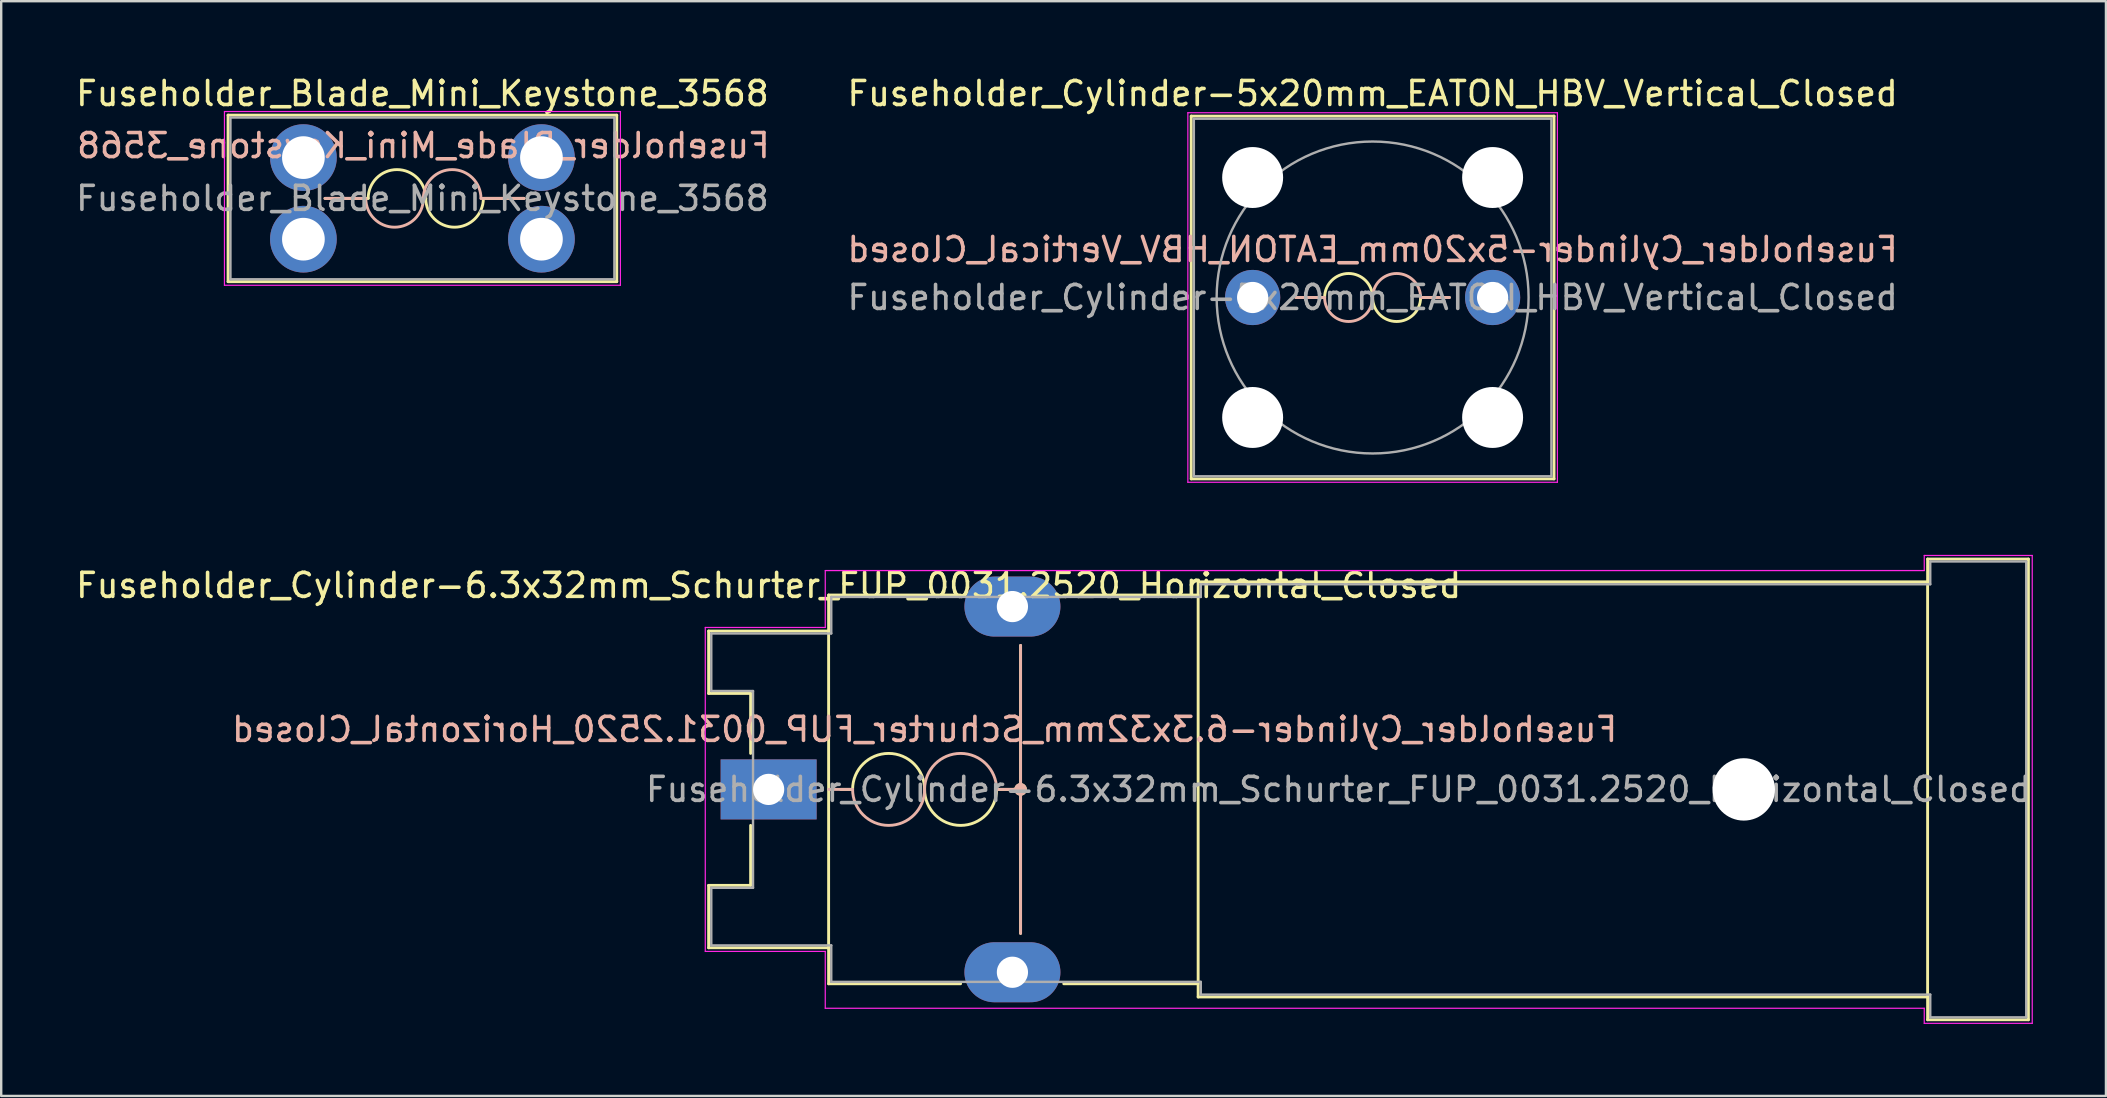
<source format=kicad_pcb>
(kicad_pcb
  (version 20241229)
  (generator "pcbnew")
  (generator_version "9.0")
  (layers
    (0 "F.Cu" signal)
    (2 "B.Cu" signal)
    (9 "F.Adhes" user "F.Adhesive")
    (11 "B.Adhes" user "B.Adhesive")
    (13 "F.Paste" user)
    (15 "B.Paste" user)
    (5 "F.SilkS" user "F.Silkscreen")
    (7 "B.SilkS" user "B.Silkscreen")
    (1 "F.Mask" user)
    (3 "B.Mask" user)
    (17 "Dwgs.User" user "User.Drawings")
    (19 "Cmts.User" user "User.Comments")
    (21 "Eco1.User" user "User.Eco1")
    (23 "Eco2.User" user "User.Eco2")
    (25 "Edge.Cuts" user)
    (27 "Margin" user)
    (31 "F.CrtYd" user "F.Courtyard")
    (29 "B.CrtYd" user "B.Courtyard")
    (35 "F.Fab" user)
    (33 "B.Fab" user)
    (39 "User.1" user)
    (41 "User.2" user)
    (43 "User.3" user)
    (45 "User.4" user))
  (footprint "Fuseholder_Cylinder-5x20mm_EATON_HBV_Vertical_Closed"
    (layer "F.Cu")
    (at 49.153 9.348)
    (property "Reference" "Fuseholder_Cylinder-5x20mm_EATON_HBV_Vertical_Closed" (at 5 -8.5 0) (layer "F.SilkS") (effects (font (size 1 1) (thickness 0.15))))
    (fp_line (start -2.56 -7.56) (end 12.56 -7.56) (stroke (width 0.12) (type solid)) (layer "F.SilkS"))
    (fp_line (start -2.56 7.56) (end -2.56 -7.56) (stroke (width 0.12) (type solid)) (layer "F.SilkS"))
    (fp_line (start 3 0) (end 1.8 0) (stroke (width 0.12) (type solid)) (layer "F.SilkS"))
    (fp_line (start 8.2 0) (end 7 0) (stroke (width 0.12) (type solid)) (layer "F.SilkS"))
    (fp_line (start 12.56 -7.56) (end 12.56 7.56) (stroke (width 0.12) (type solid)) (layer "F.SilkS"))
    (fp_line (start 12.56 7.56) (end -2.56 7.56) (stroke (width 0.12) (type solid)) (layer "F.SilkS"))
    (fp_arc (start 3 0) (mid 4 -1) (end 5 0) (stroke (width 0.12) (type solid)) (layer "F.SilkS"))
    (fp_arc (start 7 0) (mid 6 1) (end 5 0) (stroke (width 0.12) (type solid)) (layer "F.SilkS"))
    (fp_line (start 1.8 0) (end 3 0) (stroke (width 0.12) (type solid)) (layer "B.SilkS"))
    (fp_line (start 7 0) (end 8.2 0) (stroke (width 0.12) (type solid)) (layer "B.SilkS"))
    (fp_arc (start 5 0) (mid 4 1) (end 3 0) (stroke (width 0.12) (type solid)) (layer "B.SilkS"))
    (fp_arc (start 5 0) (mid 6 -1) (end 7 0) (stroke (width 0.12) (type solid)) (layer "B.SilkS"))
    (fp_line (start -2.7 -7.7) (end 12.7 -7.7) (stroke (width 0.05) (type solid)) (layer "F.CrtYd"))
    (fp_line (start -2.7 7.7) (end -2.7 -7.7) (stroke (width 0.05) (type solid)) (layer "F.CrtYd"))
    (fp_line (start 12.7 -7.7) (end 12.7 7.7) (stroke (width 0.05) (type solid)) (layer "F.CrtYd"))
    (fp_line (start 12.7 7.7) (end -2.7 7.7) (stroke (width 0.05) (type solid)) (layer "F.CrtYd"))
    (fp_line (start -2.45 -7.45) (end 12.45 -7.45) (stroke (width 0.1) (type solid)) (layer "F.Fab"))
    (fp_line (start -2.45 7.45) (end -2.45 -7.45) (stroke (width 0.1) (type solid)) (layer "F.Fab"))
    (fp_line (start 12.45 -7.45) (end 12.45 7.45) (stroke (width 0.1) (type solid)) (layer "F.Fab"))
    (fp_line (start 12.45 7.45) (end -2.45 7.45) (stroke (width 0.1) (type solid)) (layer "F.Fab"))
    (fp_circle (center 5 0) (end 11.5 0) (stroke (width 0.1) (type solid)) (fill no) (layer "F.Fab"))
    (fp_text user "${REFERENCE}" (at 5 -2 0) (layer "B.SilkS") (effects (font (size 1 1) (thickness 0.15)) (justify mirror)))
    (fp_text user "${REFERENCE}" (at 5 0 0) (layer "F.Fab") (effects (font (size 1 1) (thickness 0.15))))
    (pad "" np_thru_hole circle (at 0 -5) (size 2.54 2.54) (drill 2.54) (layers "*.Cu" "*.Mask"))
    (pad "" np_thru_hole circle (at 0 5) (size 2.54 2.54) (drill 2.54) (layers "*.Cu" "*.Mask"))
    (pad "" np_thru_hole circle (at 10 -5) (size 2.54 2.54) (drill 2.54) (layers "*.Cu" "*.Mask"))
    (pad "" np_thru_hole circle (at 10 5) (size 2.54 2.54) (drill 2.54) (layers "*.Cu" "*.Mask"))
    (pad "1" thru_hole circle (at 0 0) (size 2.3 2.3) (drill 1.3) (layers "*.Cu" "*.Mask"))
    (pad "2" thru_hole circle (at 10 0) (size 2.3 2.3) (drill 1.3) (layers "*.Cu" "*.Mask")))
  (footprint "Fuseholder_Blade_Mini_Keystone_3568"
    (layer "F.Cu")
    (at 9.594 3.518)
    (property "Reference" "Fuseholder_Blade_Mini_Keystone_3568" (at 4.96 -2.67 0) (layer "F.SilkS") (effects (font (size 1 1) (thickness 0.15))))
    (fp_line (start -3.14 -1.77) (end -3.14 5.17) (stroke (width 0.12) (type solid)) (layer "F.SilkS"))
    (fp_line (start -3.14 5.17) (end 13.06 5.17) (stroke (width 0.12) (type solid)) (layer "F.SilkS"))
    (fp_line (start 0.9 1.7) (end 2.7 1.7) (stroke (width 0.12) (type solid)) (layer "F.SilkS"))
    (fp_line (start 9.2 1.7) (end 7.5 1.7) (stroke (width 0.12) (type solid)) (layer "F.SilkS"))
    (fp_line (start 13.06 -1.77) (end -3.14 -1.77) (stroke (width 0.12) (type solid)) (layer "F.SilkS"))
    (fp_line (start 13.06 5.17) (end 13.06 -1.77) (stroke (width 0.12) (type solid)) (layer "F.SilkS"))
    (fp_arc (start 2.7 1.7) (mid 3.9 0.5) (end 5.1 1.7) (stroke (width 0.12) (type solid)) (layer "F.SilkS"))
    (fp_arc (start 7.5 1.7) (mid 6.3 2.9) (end 5.1 1.7) (stroke (width 0.12) (type solid)) (layer "F.SilkS"))
    (fp_line (start 0.9 1.7) (end 2.6 1.7) (stroke (width 0.12) (type solid)) (layer "B.SilkS"))
    (fp_line (start 9.2 1.7) (end 7.4 1.7) (stroke (width 0.12) (type solid)) (layer "B.SilkS"))
    (fp_arc (start 5 1.7) (mid 3.8 2.9) (end 2.6 1.7) (stroke (width 0.12) (type solid)) (layer "B.SilkS"))
    (fp_arc (start 5 1.7) (mid 6.2 0.5) (end 7.4 1.7) (stroke (width 0.12) (type solid)) (layer "B.SilkS"))
    (fp_line (start -3.29 -1.92) (end -3.29 5.32) (stroke (width 0.05) (type solid)) (layer "F.CrtYd"))
    (fp_line (start -3.29 5.32) (end 13.21 5.32) (stroke (width 0.05) (type solid)) (layer "F.CrtYd"))
    (fp_line (start 13.21 -1.92) (end -3.29 -1.92) (stroke (width 0.05) (type solid)) (layer "F.CrtYd"))
    (fp_line (start 13.21 5.32) (end 13.21 -1.92) (stroke (width 0.05) (type solid)) (layer "F.CrtYd"))
    (fp_line (start -3.04 -1.67) (end -3.04 5.07) (stroke (width 0.1) (type solid)) (layer "F.Fab"))
    (fp_line (start -3.04 5.07) (end 12.96 5.07) (stroke (width 0.1) (type solid)) (layer "F.Fab"))
    (fp_line (start 12.96 -1.67) (end -3.04 -1.67) (stroke (width 0.1) (type solid)) (layer "F.Fab"))
    (fp_line (start 12.96 5.07) (end 12.96 -1.67) (stroke (width 0.1) (type solid)) (layer "F.Fab"))
    (fp_text user "${REFERENCE}" (at 5 -0.5 0) (layer "B.SilkS") (effects (font (size 1 1) (thickness 0.15)) (justify mirror)))
    (fp_text user "${REFERENCE}" (at 4.96 1.7 0) (layer "F.Fab") (effects (font (size 1 1) (thickness 0.15))))
    (pad "1" thru_hole circle (at 0 0) (size 2.78 2.78) (drill 1.78) (layers "*.Cu" "*.Mask"))
    (pad "1" thru_hole circle (at 0 3.4) (size 2.78 2.78) (drill 1.78) (layers "*.Cu" "*.Mask"))
    (pad "2" thru_hole circle (at 9.92 0) (size 2.78 2.78) (drill 1.78) (layers "*.Cu" "*.Mask"))
    (pad "2" thru_hole circle (at 9.92 3.4) (size 2.78 2.78) (drill 1.78) (layers "*.Cu" "*.Mask")))
  (footprint "Fuseholder_Cylinder-6.3x32mm_Schurter_FUP_0031.2520_Horizontal_Closed"
    (layer "F.Cu")
    (at 28.982 29.848)
    (property "Reference" "Fuseholder_Cylinder-6.3x32mm_Schurter_FUP_0031.2520_Horizontal_Closed" (at 0 -8.5 0) (layer "F.SilkS") (effects (font (size 1 1) (thickness 0.15))))
    (fp_line (start -2.5 -6.6) (end 2.5 -6.6) (stroke (width 0.12) (type solid)) (layer "F.SilkS"))
    (fp_line (start -2.5 -4) (end -2.5 -6.6) (stroke (width 0.12) (type solid)) (layer "F.SilkS"))
    (fp_line (start -2.5 4) (end -0.75 4) (stroke (width 0.12) (type solid)) (layer "F.SilkS"))
    (fp_line (start -2.5 6.6) (end -2.5 4) (stroke (width 0.12) (type solid)) (layer "F.SilkS"))
    (fp_line (start -2.5 6.6) (end 2.5 6.6) (stroke (width 0.12) (type solid)) (layer "F.SilkS"))
    (fp_line (start -0.75 -4) (end -2.5 -4) (stroke (width 0.12) (type solid)) (layer "F.SilkS"))
    (fp_line (start -0.75 -1.5) (end -0.75 -4) (stroke (width 0.12) (type solid)) (layer "F.SilkS"))
    (fp_line (start -0.75 4) (end -0.75 1.5) (stroke (width 0.12) (type solid)) (layer "F.SilkS"))
    (fp_line (start 2.5 -8.1) (end 8 -8.1) (stroke (width 0.12) (type solid)) (layer "F.SilkS"))
    (fp_line (start 2.5 8.1) (end 2.5 -8.1) (stroke (width 0.12) (type solid)) (layer "F.SilkS"))
    (fp_line (start 2.5 8.1) (end 8 8.1) (stroke (width 0.12) (type solid)) (layer "F.SilkS"))
    (fp_line (start 3.5 0) (end 3 0) (stroke (width 0.12) (type solid)) (layer "F.SilkS"))
    (fp_line (start 9.5 0) (end 10.5 0) (stroke (width 0.12) (type solid)) (layer "F.SilkS"))
    (fp_line (start 10.2 0) (end 10.5 0) (stroke (width 0.12) (type solid)) (layer "F.SilkS"))
    (fp_line (start 10.5 0) (end 10.5 -6) (stroke (width 0.12) (type solid)) (layer "F.SilkS"))
    (fp_line (start 10.5 0) (end 10.5 6) (stroke (width 0.12) (type solid)) (layer "F.SilkS"))
    (fp_line (start 12.3 -8.1) (end 17.9 -8.1) (stroke (width 0.12) (type solid)) (layer "F.SilkS"))
    (fp_line (start 12.3 8.1) (end 17.9 8.1) (stroke (width 0.12) (type solid)) (layer "F.SilkS"))
    (fp_line (start 17.9 -8.65) (end 48.3 -8.65) (stroke (width 0.12) (type solid)) (layer "F.SilkS"))
    (fp_line (start 17.9 8.65) (end 17.9 -8.65) (stroke (width 0.12) (type solid)) (layer "F.SilkS"))
    (fp_line (start 17.9 8.65) (end 48.3 8.65) (stroke (width 0.12) (type solid)) (layer "F.SilkS"))
    (fp_line (start 48.3 -9.6) (end 52.5 -9.6) (stroke (width 0.12) (type solid)) (layer "F.SilkS"))
    (fp_line (start 48.3 9.6) (end 48.3 -9.6) (stroke (width 0.12) (type solid)) (layer "F.SilkS"))
    (fp_line (start 48.3 9.6) (end 52.5 9.6) (stroke (width 0.12) (type solid)) (layer "F.SilkS"))
    (fp_line (start 52.5 -9.6) (end 52.5 9.6) (stroke (width 0.12) (type solid)) (layer "F.SilkS"))
    (fp_arc (start 3.5 0) (mid 5 -1.5) (end 6.5 0) (stroke (width 0.12) (type solid)) (layer "F.SilkS"))
    (fp_arc (start 9.5 0) (mid 8 1.5) (end 6.5 0) (stroke (width 0.12) (type solid)) (layer "F.SilkS"))
    (fp_circle (center 10.5 0) (end 10.6 -0.025) (stroke (width 0.12) (type solid)) (fill no) (layer "F.SilkS"))
    (fp_circle (center 10.5 0) (end 10.675 -0.1) (stroke (width 0.12) (type solid)) (fill no) (layer "F.SilkS"))
    (fp_line (start 3.5 0) (end 2.5 0) (stroke (width 0.12) (type solid)) (layer "B.SilkS"))
    (fp_line (start 9.5 0) (end 10.5 0) (stroke (width 0.12) (type solid)) (layer "B.SilkS"))
    (fp_line (start 10.2 0) (end 10.5 0) (stroke (width 0.12) (type solid)) (layer "B.SilkS"))
    (fp_line (start 10.5 0) (end 10.5 -6) (stroke (width 0.12) (type solid)) (layer "B.SilkS"))
    (fp_line (start 10.5 0) (end 10.5 6) (stroke (width 0.12) (type solid)) (layer "B.SilkS"))
    (fp_arc (start 6.5 0) (mid 5 1.5) (end 3.5 0) (stroke (width 0.12) (type solid)) (layer "B.SilkS"))
    (fp_arc (start 6.5 0) (mid 8 -1.5) (end 9.5 0) (stroke (width 0.12) (type solid)) (layer "B.SilkS"))
    (fp_circle (center 10.5 0) (end 10.6 0.025) (stroke (width 0.12) (type solid)) (fill no) (layer "B.SilkS"))
    (fp_circle (center 10.5 0) (end 10.675 0.1) (stroke (width 0.12) (type solid)) (fill no) (layer "B.SilkS"))
    (fp_line (start -2.64 -6.75) (end 2.36 -6.75) (stroke (width 0.05) (type solid)) (layer "F.CrtYd"))
    (fp_line (start -2.64 6.75) (end -2.64 -6.75) (stroke (width 0.05) (type solid)) (layer "F.CrtYd"))
    (fp_line (start -2.64 6.75) (end 2.36 6.75) (stroke (width 0.05) (type solid)) (layer "F.CrtYd"))
    (fp_line (start 2.36 -9.12) (end 2.36 -6.75) (stroke (width 0.05) (type solid)) (layer "F.CrtYd"))
    (fp_line (start 2.36 -9.12) (end 48.16 -9.12) (stroke (width 0.05) (type solid)) (layer "F.CrtYd"))
    (fp_line (start 2.36 6.75) (end 2.36 9.12) (stroke (width 0.05) (type solid)) (layer "F.CrtYd"))
    (fp_line (start 48.16 -9.75) (end 48.16 -9.12) (stroke (width 0.05) (type solid)) (layer "F.CrtYd"))
    (fp_line (start 48.16 -9.75) (end 52.66 -9.75) (stroke (width 0.05) (type solid)) (layer "F.CrtYd"))
    (fp_line (start 48.16 9.12) (end 2.36 9.12) (stroke (width 0.05) (type solid)) (layer "F.CrtYd"))
    (fp_line (start 48.16 9.12) (end 48.16 9.75) (stroke (width 0.05) (type solid)) (layer "F.CrtYd"))
    (fp_line (start 48.16 9.75) (end 52.66 9.75) (stroke (width 0.05) (type solid)) (layer "F.CrtYd"))
    (fp_line (start 52.66 -9.75) (end 52.66 9.75) (stroke (width 0.05) (type solid)) (layer "F.CrtYd"))
    (fp_line (start -2.39 -4.1) (end -2.39 -6.5) (stroke (width 0.1) (type solid)) (layer "F.Fab"))
    (fp_line (start -2.39 -4.1) (end -0.65 -4.1) (stroke (width 0.1) (type solid)) (layer "F.Fab"))
    (fp_line (start -2.39 4.1) (end -2.39 6.5) (stroke (width 0.1) (type solid)) (layer "F.Fab"))
    (fp_line (start -2.39 6.5) (end 2.61 6.5) (stroke (width 0.1) (type solid)) (layer "F.Fab"))
    (fp_line (start -0.65 -4.1) (end -0.65 4.1) (stroke (width 0.1) (type solid)) (layer "F.Fab"))
    (fp_line (start -0.65 4.1) (end -2.39 4.1) (stroke (width 0.1) (type solid)) (layer "F.Fab"))
    (fp_line (start 2.61 -8.02) (end 2.61 -6.5) (stroke (width 0.1) (type solid)) (layer "F.Fab"))
    (fp_line (start 2.61 -6.5) (end -2.39 -6.5) (stroke (width 0.1) (type solid)) (layer "F.Fab"))
    (fp_line (start 2.61 6.5) (end 2.61 8.02) (stroke (width 0.1) (type solid)) (layer "F.Fab"))
    (fp_line (start 2.61 8.02) (end 18.01 8.02) (stroke (width 0.1) (type solid)) (layer "F.Fab"))
    (fp_line (start 18.01 -8.55) (end 18.01 -8.02) (stroke (width 0.1) (type solid)) (layer "F.Fab"))
    (fp_line (start 18.01 -8.02) (end 2.61 -8.02) (stroke (width 0.1) (type solid)) (layer "F.Fab"))
    (fp_line (start 18.01 8.02) (end 18.01 8.55) (stroke (width 0.1) (type solid)) (layer "F.Fab"))
    (fp_line (start 18.01 8.55) (end 48.41 8.55) (stroke (width 0.1) (type solid)) (layer "F.Fab"))
    (fp_line (start 48.41 -9.5) (end 48.41 -8.55) (stroke (width 0.1) (type solid)) (layer "F.Fab"))
    (fp_line (start 48.41 -8.55) (end 18.01 -8.55) (stroke (width 0.1) (type solid)) (layer "F.Fab"))
    (fp_line (start 48.41 8.55) (end 48.41 9.5) (stroke (width 0.1) (type solid)) (layer "F.Fab"))
    (fp_line (start 48.41 9.5) (end 52.41 9.5) (stroke (width 0.1) (type solid)) (layer "F.Fab"))
    (fp_line (start 52.41 -9.5) (end 48.41 -9.5) (stroke (width 0.1) (type solid)) (layer "F.Fab"))
    (fp_line (start 52.41 -9.5) (end 52.41 9.5) (stroke (width 0.1) (type solid)) (layer "F.Fab"))
    (fp_text user "${REFERENCE}" (at 6.5 -2.5 0) (layer "B.SilkS") (effects (font (size 1 1) (thickness 0.15)) (justify mirror)))
    (fp_text user "${REFERENCE}" (at 23.75 0 0) (layer "F.Fab") (effects (font (size 1 1) (thickness 0.15))))
    (pad "" np_thru_hole circle (at 40.64 0) (size 2.6 2.6) (drill 2.6) (layers "*.Cu" "*.Mask"))
    (pad "1" thru_hole rect (at 0 0) (size 4 2.5) (drill 1.3) (layers "*.Cu" "*.Mask"))
    (pad "2" thru_hole oval (at 10.16 -7.62) (size 4 2.5) (drill 1.3) (layers "*.Cu" "*.Mask"))
    (pad "2" thru_hole oval (at 10.16 7.62) (size 4 2.5) (drill 1.3) (layers "*.Cu" "*.Mask")))
  (gr_rect
    (start -3 -3)
    (end 84.714 42.623)
    (stroke (width 0.1) (type default))
    (fill no)
    (layer "Edge.Cuts")))
</source>
